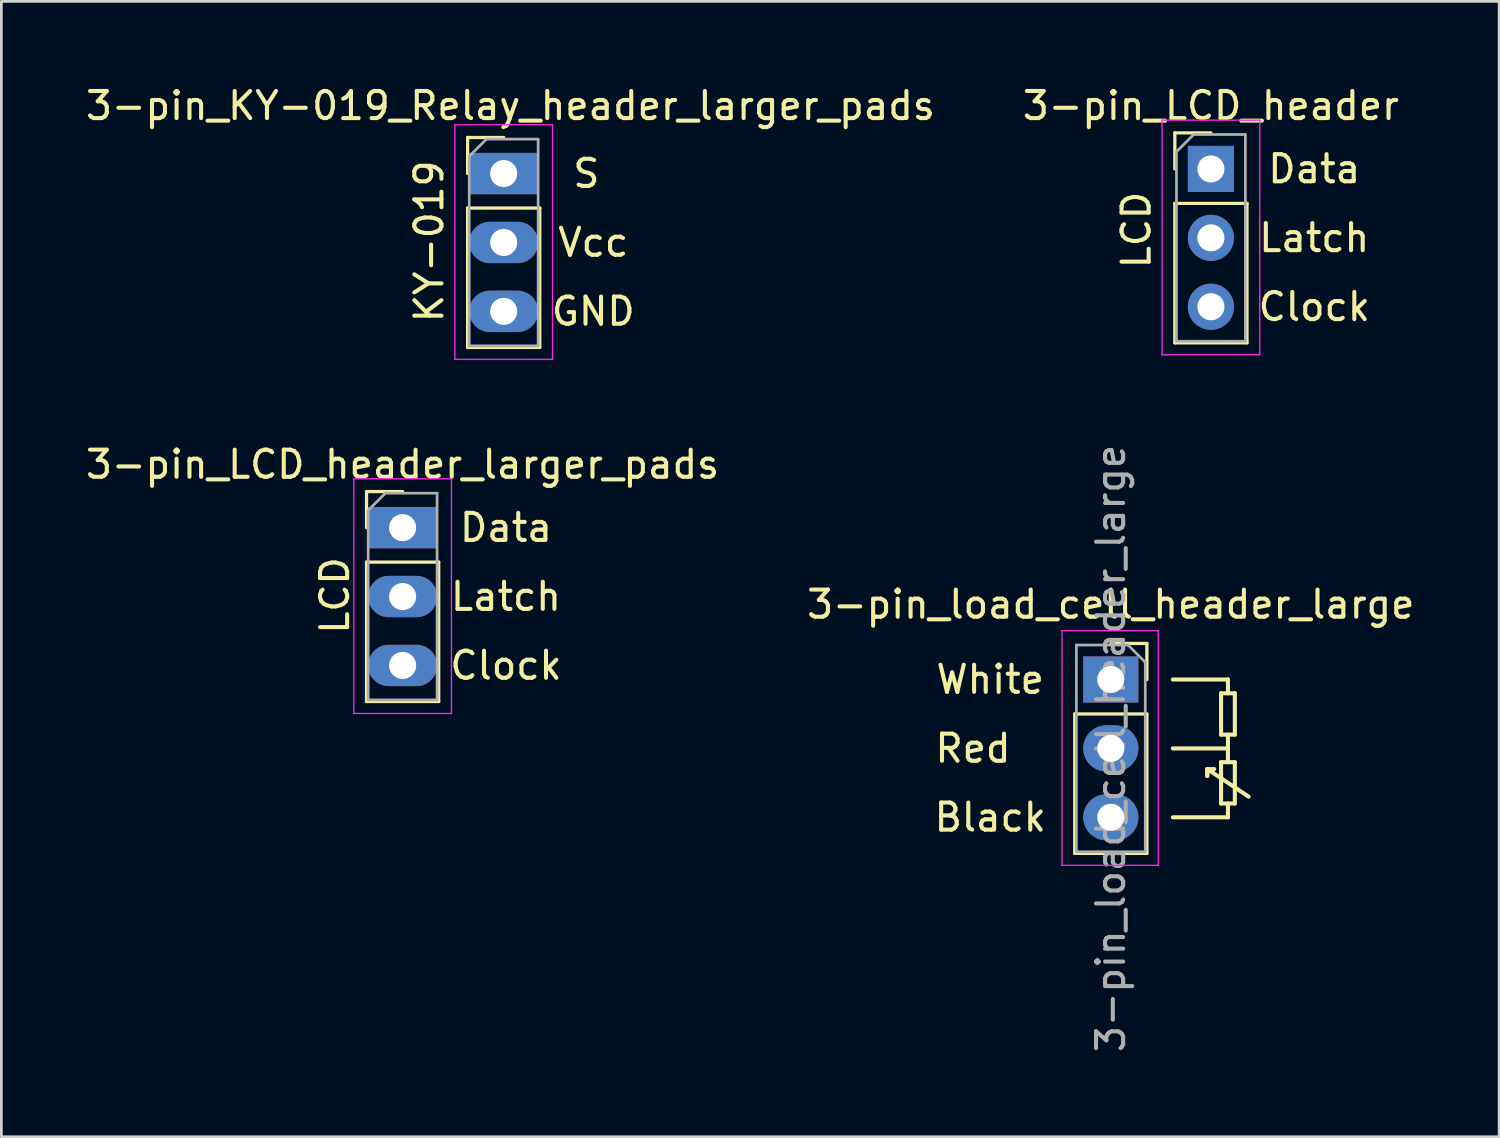
<source format=kicad_pcb>
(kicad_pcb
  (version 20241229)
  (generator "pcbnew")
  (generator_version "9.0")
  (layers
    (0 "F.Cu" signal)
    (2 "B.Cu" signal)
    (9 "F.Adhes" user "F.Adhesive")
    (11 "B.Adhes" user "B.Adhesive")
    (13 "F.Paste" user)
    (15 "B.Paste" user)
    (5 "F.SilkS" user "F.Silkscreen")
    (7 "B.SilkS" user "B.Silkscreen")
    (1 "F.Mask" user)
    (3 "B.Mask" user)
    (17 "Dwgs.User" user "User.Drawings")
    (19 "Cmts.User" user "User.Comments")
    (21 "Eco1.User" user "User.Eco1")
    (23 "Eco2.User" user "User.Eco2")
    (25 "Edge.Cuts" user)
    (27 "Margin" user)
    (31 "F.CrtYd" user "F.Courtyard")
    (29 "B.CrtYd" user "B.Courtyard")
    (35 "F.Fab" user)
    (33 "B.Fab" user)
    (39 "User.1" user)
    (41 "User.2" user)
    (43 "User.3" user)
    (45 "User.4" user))
  (footprint "3-pin_KY-019_Relay_header_larger_pads"
    (layer "F.Cu")
    (at 15.518 3.348)
    (property "Reference" "3-pin_KY-019_Relay_header_larger_pads" (at 0.25 -2.5 0) (layer "F.SilkS") (effects (font (size 1 1) (thickness 0.15))))
    (attr through_hole)
    (fp_line (start -1.33 -1.33) (end 0 -1.33) (stroke (width 0.12) (type solid)) (layer "F.SilkS"))
    (fp_line (start -1.33 0) (end -1.33 -1.33) (stroke (width 0.12) (type solid)) (layer "F.SilkS"))
    (fp_line (start -1.33 1.27) (end -1.33 6.41) (stroke (width 0.12) (type solid)) (layer "F.SilkS"))
    (fp_line (start -1.33 1.27) (end 1.33 1.27) (stroke (width 0.12) (type solid)) (layer "F.SilkS"))
    (fp_line (start -1.33 6.41) (end 1.33 6.41) (stroke (width 0.12) (type solid)) (layer "F.SilkS"))
    (fp_line (start 1.33 1.27) (end 1.33 6.41) (stroke (width 0.12) (type solid)) (layer "F.SilkS"))
    (fp_line (start -1.8 -1.8) (end -1.8 6.85) (stroke (width 0.05) (type solid)) (layer "F.CrtYd"))
    (fp_line (start -1.8 6.85) (end 1.8 6.85) (stroke (width 0.05) (type solid)) (layer "F.CrtYd"))
    (fp_line (start 1.8 -1.8) (end -1.8 -1.8) (stroke (width 0.05) (type solid)) (layer "F.CrtYd"))
    (fp_line (start 1.8 6.85) (end 1.8 -1.8) (stroke (width 0.05) (type solid)) (layer "F.CrtYd"))
    (fp_line (start -1.27 -0.635) (end -0.635 -1.27) (stroke (width 0.1) (type solid)) (layer "F.Fab"))
    (fp_line (start -1.27 6.35) (end -1.27 -0.635) (stroke (width 0.1) (type solid)) (layer "F.Fab"))
    (fp_line (start -0.635 -1.27) (end 1.27 -1.27) (stroke (width 0.1) (type solid)) (layer "F.Fab"))
    (fp_line (start 1.27 -1.27) (end 1.27 6.35) (stroke (width 0.1) (type solid)) (layer "F.Fab"))
    (fp_line (start 1.27 6.35) (end -1.27 6.35) (stroke (width 0.1) (type solid)) (layer "F.Fab"))
    (fp_text user "S" (at 3.048 0 0) (layer "F.SilkS") (effects (font (size 1 1) (thickness 0.15))))
    (fp_text user "GND" (at 3.302 5.08 0) (layer "F.SilkS") (effects (font (size 1 1) (thickness 0.15))))
    (fp_text user "Vcc" (at 3.302 2.54 0) (layer "F.SilkS") (effects (font (size 1 1) (thickness 0.15))))
    (fp_text user "KY-019" (at -2.75 2.5 90) (layer "F.SilkS") (effects (font (size 1 1) (thickness 0.15))))
    (pad "1" thru_hole rect (at 0 0) (size 2.54 1.524) (drill 1) (layers "*.Cu" "*.Mask"))
    (pad "2" thru_hole oval (at 0 2.54) (size 2.54 1.524) (drill 1) (layers "*.Cu" "*.Mask"))
    (pad "3" thru_hole oval (at 0 5.08) (size 2.54 1.524) (drill 1) (layers "*.Cu" "*.Mask")))
  (footprint "3-pin_LCD_header"
    (layer "F.Cu")
    (at 41.589 3.178)
    (property "Reference" "3-pin_LCD_header" (at 0 -2.33 0) (layer "F.SilkS") (effects (font (size 1 1) (thickness 0.15))))
    (attr through_hole)
    (fp_line (start -1.33 -1.33) (end 0 -1.33) (stroke (width 0.12) (type solid)) (layer "F.SilkS"))
    (fp_line (start -1.33 0) (end -1.33 -1.33) (stroke (width 0.12) (type solid)) (layer "F.SilkS"))
    (fp_line (start -1.33 1.27) (end -1.33 6.41) (stroke (width 0.12) (type solid)) (layer "F.SilkS"))
    (fp_line (start -1.33 1.27) (end 1.33 1.27) (stroke (width 0.12) (type solid)) (layer "F.SilkS"))
    (fp_line (start -1.33 6.41) (end 1.33 6.41) (stroke (width 0.12) (type solid)) (layer "F.SilkS"))
    (fp_line (start 1.33 1.27) (end 1.33 6.41) (stroke (width 0.12) (type solid)) (layer "F.SilkS"))
    (fp_line (start -1.8 -1.8) (end -1.8 6.85) (stroke (width 0.05) (type solid)) (layer "F.CrtYd"))
    (fp_line (start -1.8 6.85) (end 1.8 6.85) (stroke (width 0.05) (type solid)) (layer "F.CrtYd"))
    (fp_line (start 1.8 -1.8) (end -1.8 -1.8) (stroke (width 0.05) (type solid)) (layer "F.CrtYd"))
    (fp_line (start 1.8 6.85) (end 1.8 -1.8) (stroke (width 0.05) (type solid)) (layer "F.CrtYd"))
    (fp_line (start -1.27 -0.635) (end -0.635 -1.27) (stroke (width 0.1) (type solid)) (layer "F.Fab"))
    (fp_line (start -1.27 6.35) (end -1.27 -0.635) (stroke (width 0.1) (type solid)) (layer "F.Fab"))
    (fp_line (start -0.635 -1.27) (end 1.27 -1.27) (stroke (width 0.1) (type solid)) (layer "F.Fab"))
    (fp_line (start 1.27 -1.27) (end 1.27 6.35) (stroke (width 0.1) (type solid)) (layer "F.Fab"))
    (fp_line (start 1.27 6.35) (end -1.27 6.35) (stroke (width 0.1) (type solid)) (layer "F.Fab"))
    (fp_text user "Latch" (at 3.81 2.54 0) (layer "F.SilkS") (effects (font (size 1 1) (thickness 0.15))))
    (fp_text user "Clock" (at 3.81 5.08 0) (layer "F.SilkS") (effects (font (size 1 1) (thickness 0.15))))
    (fp_text user "LCD" (at -2.75 2.25 90) (layer "F.SilkS") (effects (font (size 1 1) (thickness 0.15))))
    (fp_text user "Data" (at 3.81 0 0) (layer "F.SilkS") (effects (font (size 1 1) (thickness 0.15))))
    (pad "1" thru_hole rect (at 0 0) (size 1.7 1.7) (drill 1) (layers "*.Cu" "*.Mask"))
    (pad "2" thru_hole oval (at 0 2.54) (size 1.7 1.7) (drill 1) (layers "*.Cu" "*.Mask"))
    (pad "3" thru_hole oval (at 0 5.08) (size 1.7 1.7) (drill 1) (layers "*.Cu" "*.Mask")))
  (footprint "3-pin_LCD_header_larger_pads"
    (layer "F.Cu")
    (at 11.792 16.401)
    (property "Reference" "3-pin_LCD_header_larger_pads" (at 0 -2.33 0) (layer "F.SilkS") (effects (font (size 1 1) (thickness 0.15))))
    (attr through_hole)
    (fp_line (start -1.33 -1.33) (end 0 -1.33) (stroke (width 0.12) (type solid)) (layer "F.SilkS"))
    (fp_line (start -1.33 0) (end -1.33 -1.33) (stroke (width 0.12) (type solid)) (layer "F.SilkS"))
    (fp_line (start -1.33 1.27) (end -1.33 6.41) (stroke (width 0.12) (type solid)) (layer "F.SilkS"))
    (fp_line (start -1.33 1.27) (end 1.33 1.27) (stroke (width 0.12) (type solid)) (layer "F.SilkS"))
    (fp_line (start -1.33 6.41) (end 1.33 6.41) (stroke (width 0.12) (type solid)) (layer "F.SilkS"))
    (fp_line (start 1.33 1.27) (end 1.33 6.41) (stroke (width 0.12) (type solid)) (layer "F.SilkS"))
    (fp_line (start -1.8 -1.8) (end -1.8 6.85) (stroke (width 0.05) (type solid)) (layer "F.CrtYd"))
    (fp_line (start -1.8 6.85) (end 1.8 6.85) (stroke (width 0.05) (type solid)) (layer "F.CrtYd"))
    (fp_line (start 1.8 -1.8) (end -1.8 -1.8) (stroke (width 0.05) (type solid)) (layer "F.CrtYd"))
    (fp_line (start 1.8 6.85) (end 1.8 -1.8) (stroke (width 0.05) (type solid)) (layer "F.CrtYd"))
    (fp_line (start -1.27 -0.635) (end -0.635 -1.27) (stroke (width 0.1) (type solid)) (layer "F.Fab"))
    (fp_line (start -1.27 6.35) (end -1.27 -0.635) (stroke (width 0.1) (type solid)) (layer "F.Fab"))
    (fp_line (start -0.635 -1.27) (end 1.27 -1.27) (stroke (width 0.1) (type solid)) (layer "F.Fab"))
    (fp_line (start 1.27 -1.27) (end 1.27 6.35) (stroke (width 0.1) (type solid)) (layer "F.Fab"))
    (fp_line (start 1.27 6.35) (end -1.27 6.35) (stroke (width 0.1) (type solid)) (layer "F.Fab"))
    (fp_text user "Latch" (at 3.81 2.54 0) (layer "F.SilkS") (effects (font (size 1 1) (thickness 0.15))))
    (fp_text user "LCD" (at -2.5 2.5 90) (layer "F.SilkS") (effects (font (size 1 1) (thickness 0.15))))
    (fp_text user "Data" (at 3.81 0 0) (layer "F.SilkS") (effects (font (size 1 1) (thickness 0.15))))
    (fp_text user "Clock" (at 3.81 5.08 0) (layer "F.SilkS") (effects (font (size 1 1) (thickness 0.15))))
    (pad "1" thru_hole rect (at 0 0) (size 2.54 1.524) (drill 1) (layers "*.Cu" "*.Mask"))
    (pad "2" thru_hole oval (at 0 2.54) (size 2.54 1.524) (drill 1) (layers "*.Cu" "*.Mask"))
    (pad "3" thru_hole oval (at 0 5.08) (size 2.54 1.524) (drill 1) (layers "*.Cu" "*.Mask")))
  (footprint "3-pin_load_cell_header_large"
    (layer "F.Cu")
    (at 37.899 21.999)
    (property "Reference" "3-pin_load_cell_header_large" (at 0 -2.77 0) (layer "F.SilkS") (effects (font (size 1 1) (thickness 0.15))))
    (attr through_hole)
    (fp_line (start -1.33 1.27) (end -1.33 6.41) (stroke (width 0.12) (type solid)) (layer "F.SilkS"))
    (fp_line (start -1.33 1.27) (end 1.33 1.27) (stroke (width 0.12) (type solid)) (layer "F.SilkS"))
    (fp_line (start -1.33 6.41) (end 1.33 6.41) (stroke (width 0.12) (type solid)) (layer "F.SilkS"))
    (fp_line (start 0 -1.33) (end 1.33 -1.33) (stroke (width 0.12) (type solid)) (layer "F.SilkS"))
    (fp_line (start 1.33 -1.33) (end 1.33 0) (stroke (width 0.12) (type solid)) (layer "F.SilkS"))
    (fp_line (start 1.33 1.27) (end 1.33 6.41) (stroke (width 0.12) (type solid)) (layer "F.SilkS"))
    (fp_line (start 2.286 0) (end 4.318 0) (stroke (width 0.15) (type solid)) (layer "F.SilkS"))
    (fp_line (start 2.286 2.54) (end 4.318 2.54) (stroke (width 0.15) (type solid)) (layer "F.SilkS"))
    (fp_line (start 2.286 5.08) (end 4.318 5.08) (stroke (width 0.15) (type solid)) (layer "F.SilkS"))
    (fp_line (start 3.556 3.302) (end 3.556 3.556) (stroke (width 0.15) (type solid)) (layer "F.SilkS"))
    (fp_line (start 3.556 3.302) (end 3.81 3.302) (stroke (width 0.15) (type solid)) (layer "F.SilkS"))
    (fp_line (start 3.556 3.302) (end 5.08 4.318) (stroke (width 0.15) (type solid)) (layer "F.SilkS"))
    (fp_line (start 3.556 3.556) (end 3.556 3.302) (stroke (width 0.15) (type solid)) (layer "F.SilkS"))
    (fp_line (start 4.064 0.508) (end 4.064 2.032) (stroke (width 0.15) (type solid)) (layer "F.SilkS"))
    (fp_line (start 4.064 2.032) (end 4.572 2.032) (stroke (width 0.15) (type solid)) (layer "F.SilkS"))
    (fp_line (start 4.064 3.048) (end 4.064 4.572) (stroke (width 0.15) (type solid)) (layer "F.SilkS"))
    (fp_line (start 4.064 4.572) (end 4.572 4.572) (stroke (width 0.15) (type solid)) (layer "F.SilkS"))
    (fp_line (start 4.318 0) (end 4.318 0.508) (stroke (width 0.15) (type solid)) (layer "F.SilkS"))
    (fp_line (start 4.318 2.54) (end 4.318 2.032) (stroke (width 0.15) (type solid)) (layer "F.SilkS"))
    (fp_line (start 4.318 2.54) (end 4.318 3.048) (stroke (width 0.15) (type solid)) (layer "F.SilkS"))
    (fp_line (start 4.318 5.08) (end 4.318 4.572) (stroke (width 0.15) (type solid)) (layer "F.SilkS"))
    (fp_line (start 4.572 0.508) (end 4.064 0.508) (stroke (width 0.15) (type solid)) (layer "F.SilkS"))
    (fp_line (start 4.572 2.032) (end 4.572 0.508) (stroke (width 0.15) (type solid)) (layer "F.SilkS"))
    (fp_line (start 4.572 3.048) (end 4.064 3.048) (stroke (width 0.15) (type solid)) (layer "F.SilkS"))
    (fp_line (start 4.572 4.572) (end 4.572 3.048) (stroke (width 0.15) (type solid)) (layer "F.SilkS"))
    (fp_line (start -1.8 -1.8) (end 1.75 -1.8) (stroke (width 0.05) (type solid)) (layer "F.CrtYd"))
    (fp_line (start -1.8 6.85) (end -1.8 -1.8) (stroke (width 0.05) (type solid)) (layer "F.CrtYd"))
    (fp_line (start 1.75 -1.8) (end 1.75 6.85) (stroke (width 0.05) (type solid)) (layer "F.CrtYd"))
    (fp_line (start 1.75 6.85) (end -1.8 6.85) (stroke (width 0.05) (type solid)) (layer "F.CrtYd"))
    (fp_line (start -1.27 -1.27) (end 0.635 -1.27) (stroke (width 0.1) (type solid)) (layer "F.Fab"))
    (fp_line (start -1.27 6.35) (end -1.27 -1.27) (stroke (width 0.1) (type solid)) (layer "F.Fab"))
    (fp_line (start 0.635 -1.27) (end 1.27 -0.635) (stroke (width 0.1) (type solid)) (layer "F.Fab"))
    (fp_line (start 1.27 -0.635) (end 1.27 6.35) (stroke (width 0.1) (type solid)) (layer "F.Fab"))
    (fp_line (start 1.27 6.35) (end -1.27 6.35) (stroke (width 0.1) (type solid)) (layer "F.Fab"))
    (fp_text user "White" (at -4.445 0 0) (unlocked yes) (layer "F.SilkS") (effects (font (size 1 1) (thickness 0.15))))
    (fp_text user "Red" (at -5.08 2.54 0) (unlocked yes) (layer "F.SilkS") (effects (font (size 1 1) (thickness 0.15))))
    (fp_text user "Black" (at -4.445 5.08 0) (unlocked yes) (layer "F.SilkS") (effects (font (size 1 1) (thickness 0.15))))
    (fp_text user "${REFERENCE}" (at 0 2.54 90) (layer "F.Fab") (effects (font (size 1 1) (thickness 0.15))))
    (pad "1" thru_hole rect (at 0 0) (size 2.032 1.7) (drill 1) (layers "*.Cu" "*.Mask"))
    (pad "2" thru_hole oval (at 0 2.54) (size 2.032 1.7) (drill 1) (layers "*.Cu" "*.Mask"))
    (pad "3" thru_hole oval (at 0 5.08) (size 2.032 1.7) (drill 1) (layers "*.Cu" "*.Mask")))
  (gr_rect
    (start -3 -3)
    (end 52.214 38.854)
    (stroke (width 0.1) (type default))
    (fill no)
    (layer "Edge.Cuts")))
</source>
